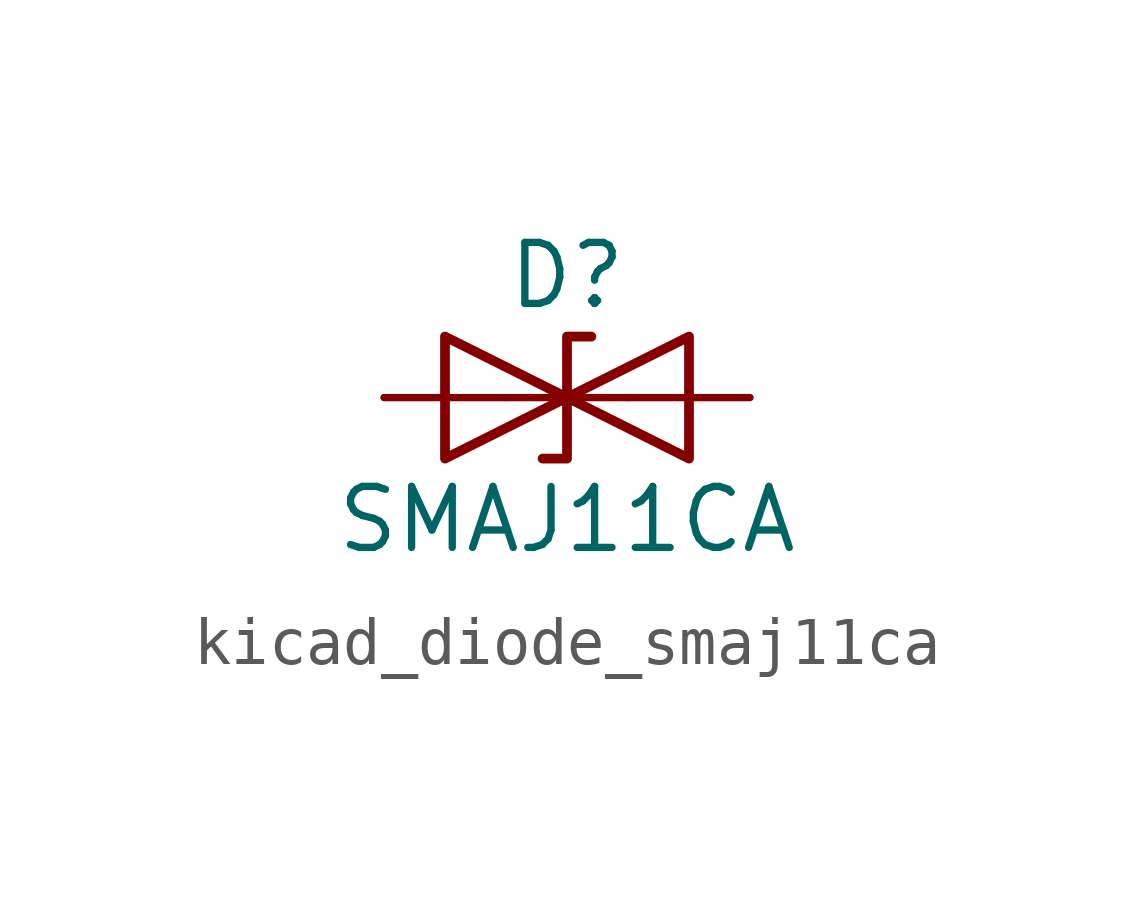
<source format=kicad_sym>
(kicad_symbol_lib
  (version 20220914)
  (generator kicad_symbol_editor)
  (symbol "kicad_diode_smaj11ca"
    (pin_numbers hide)
    (pin_names
      (offset 1.016) hide)
    (property "Reference" "D"
      (at 0 2.54 0)
      (effects (font (size 1.27 1.27))))
    (property "Value" "SMAJ11CA"
      (at 0 -2.54 0)
      (effects (font (size 1.27 1.27))))
    (symbol "kicad_diode_smaj11ca_0_1"
      (polyline (pts (xy 1.27 0) (xy -1.27 0)) (stroke (width 0) (type default)) (fill (type none)))
      (polyline (pts (xy -2.54 -1.27) (xy 0 0) (xy -2.54 1.27) (xy -2.54 -1.27)) (stroke (width 0.203) (type default)) (fill (type none)))
      (polyline (pts (xy 0.508 1.27) (xy 0 1.27) (xy 0 -1.27) (xy -0.508 -1.27)) (stroke (width 0.203) (type default)) (fill (type none)))
      (polyline (pts (xy 2.54 1.27) (xy 2.54 -1.27) (xy 0 0) (xy 2.54 1.27)) (stroke (width 0.203) (type default)) (fill (type none))))
    (symbol "kicad_diode_smaj11ca_1_1"
      (pin passive line (at -3.81 0 0) (length 2.54) (name "A1" (effects (font (size 1.27 1.27)))) (number "1" (effects (font (size 1.27 1.27)))))
      (pin passive line (at 3.81 0 180) (length 2.54) (name "A2" (effects (font (size 1.27 1.27)))) (number "2" (effects (font (size 1.27 1.27))))))))
</source>
